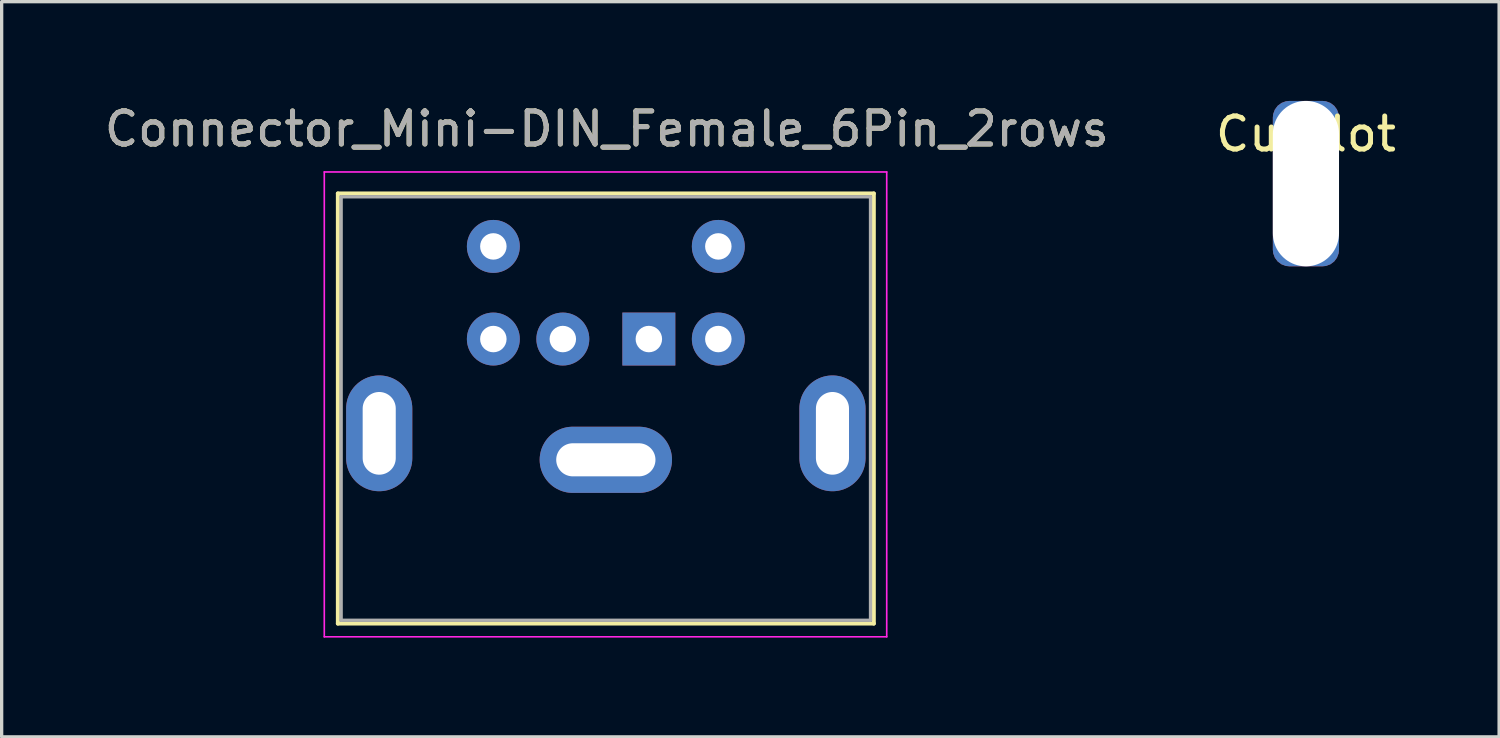
<source format=kicad_pcb>
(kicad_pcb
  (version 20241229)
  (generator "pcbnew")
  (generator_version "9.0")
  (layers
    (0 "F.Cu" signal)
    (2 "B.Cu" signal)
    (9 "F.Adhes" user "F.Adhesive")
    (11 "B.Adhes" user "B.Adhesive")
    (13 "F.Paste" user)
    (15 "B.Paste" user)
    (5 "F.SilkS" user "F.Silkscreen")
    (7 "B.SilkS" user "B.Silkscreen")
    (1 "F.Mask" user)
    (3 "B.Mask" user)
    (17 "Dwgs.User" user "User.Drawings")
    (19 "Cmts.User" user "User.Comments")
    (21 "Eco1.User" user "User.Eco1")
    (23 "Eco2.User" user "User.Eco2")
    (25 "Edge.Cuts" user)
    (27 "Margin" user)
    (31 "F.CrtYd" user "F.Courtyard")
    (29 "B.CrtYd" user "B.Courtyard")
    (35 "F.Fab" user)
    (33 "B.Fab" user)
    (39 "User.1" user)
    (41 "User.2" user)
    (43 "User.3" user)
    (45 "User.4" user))
  (footprint "Connector_Mini-DIN_Female_6Pin_2rows"
    (layer "F.Cu")
    (at 16.562 7.198)
    (property "Reference" "Connector_Mini-DIN_Female_6Pin_2rows" (at -1.27 -6.35 0) (layer "F.SilkS") (effects (font (size 1 1) (thickness 0.15))))
    (attr through_hole)
    (fp_line (start -9.4 -4.4) (end -9.4 8.6) (stroke (width 0.12) (type solid)) (layer "F.SilkS"))
    (fp_line (start -9.4 -4.4) (end 6.8 -4.4) (stroke (width 0.12) (type solid)) (layer "F.SilkS"))
    (fp_line (start -9.4 8.6) (end 6.8 8.6) (stroke (width 0.12) (type solid)) (layer "F.SilkS"))
    (fp_line (start 6.8 -4.4) (end 6.8 8.6) (stroke (width 0.12) (type solid)) (layer "F.SilkS"))
    (fp_line (start -9.81 -5.05) (end -9.81 9) (stroke (width 0.05) (type solid)) (layer "F.CrtYd"))
    (fp_line (start -9.81 -5.05) (end 7.19 -5.05) (stroke (width 0.05) (type solid)) (layer "F.CrtYd"))
    (fp_line (start 7.19 9) (end -9.81 9) (stroke (width 0.05) (type solid)) (layer "F.CrtYd"))
    (fp_line (start 7.19 9) (end 7.19 -5.05) (stroke (width 0.05) (type solid)) (layer "F.CrtYd"))
    (fp_line (start -9.3 -4.3) (end 6.7 -4.3) (stroke (width 0.1) (type solid)) (layer "F.Fab"))
    (fp_line (start -9.3 8.5) (end -9.3 -4.3) (stroke (width 0.1) (type solid)) (layer "F.Fab"))
    (fp_line (start 6.7 -4.3) (end 6.7 8.5) (stroke (width 0.1) (type solid)) (layer "F.Fab"))
    (fp_line (start 6.7 8.5) (end -9.3 8.5) (stroke (width 0.1) (type solid)) (layer "F.Fab"))
    (fp_text user "${REFERENCE}" (at -1.27 -6.35 0) (layer "F.Fab") (effects (font (size 1 1) (thickness 0.15))))
    (pad "1" thru_hole rect (at 0 0) (size 1.6 1.6) (drill 0.8) (layers "*.Cu" "*.Mask"))
    (pad "2" thru_hole circle (at -2.6 0) (size 1.6 1.6) (drill 0.8) (layers "*.Cu" "*.Mask"))
    (pad "3" thru_hole circle (at 2.1 0) (size 1.6 1.6) (drill 0.8) (layers "*.Cu" "*.Mask"))
    (pad "4" thru_hole circle (at -4.7 0) (size 1.6 1.6) (drill 0.8) (layers "*.Cu" "*.Mask"))
    (pad "5" thru_hole circle (at 2.1 -2.8) (size 1.6 1.6) (drill 0.8) (layers "*.Cu" "*.Mask"))
    (pad "6" thru_hole circle (at -4.7 -2.8) (size 1.6 1.6) (drill 0.8) (layers "*.Cu" "*.Mask"))
    (pad "7" thru_hole oval (at -8.15 2.85) (size 2 3.5) (drill oval 1 2.5) (layers "*.Cu" "*.Mask"))
    (pad "7" thru_hole oval (at -1.3 3.65) (size 4 2) (drill oval 3 1) (layers "*.Cu" "*.Mask"))
    (pad "7" thru_hole oval (at 5.55 2.85) (size 2 3.5) (drill oval 1 2.5) (layers "*.Cu" "*.Mask")))
  (footprint "CutSlot"
    (layer "F.Cu")
    (at 36.423 2.5)
    (property "Reference" "CutSlot" (at 0 -1.5 0) (unlocked yes) (layer "F.SilkS") (effects (font (size 1 1) (thickness 0.15))))
    (attr through_hole)
    (pad "" np_thru_hole roundrect (at 0 0) (size 2 5) (drill oval 2 5) (layers "*.Cu" "*.Mask") (roundrect_rratio 0.25)))
  (gr_rect
    (start -3 -3)
    (end 42.262 19.223)
    (stroke (width 0.1) (type default))
    (fill no)
    (layer "Edge.Cuts")))
</source>
